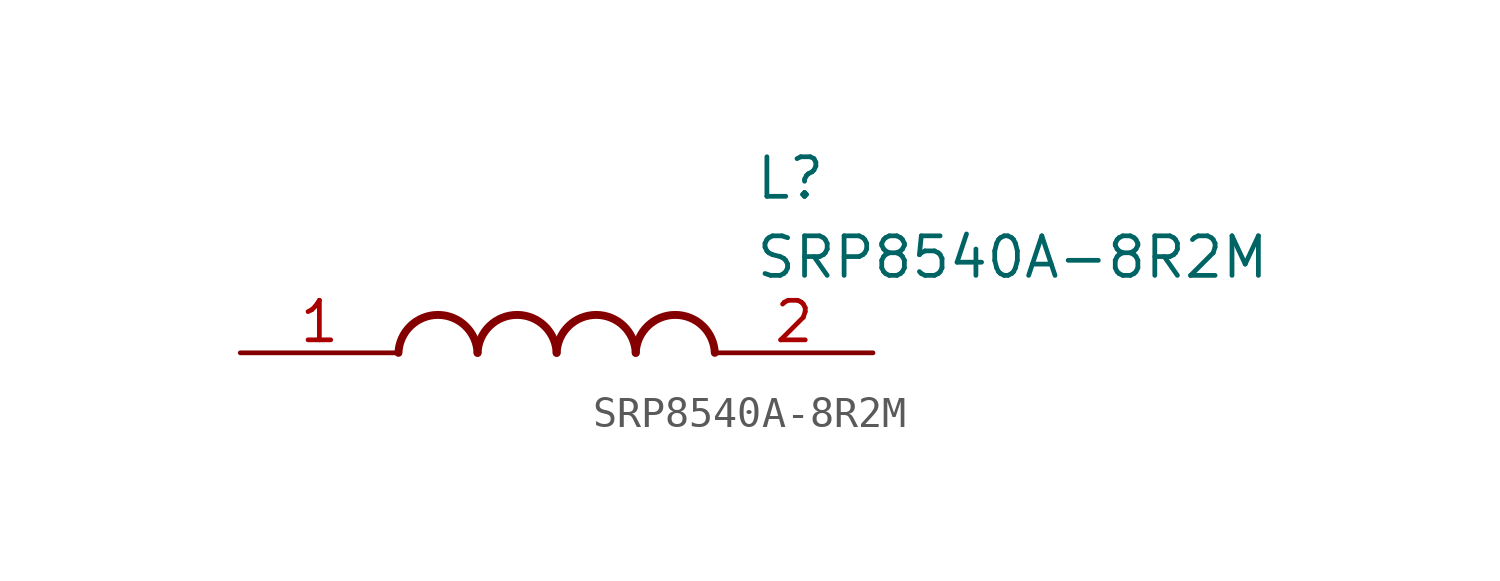
<source format=kicad_sym>
(kicad_symbol_lib
  (version 20211014)
  (generator SamacSys_ECAD_Model)
  (symbol "SRP8540A-8R2M"
    (pin_names hide)
    (property "Reference" "L"
      (at 16.51 6.35 0)
      (effects (font (size 1.27 1.27)) (justify left top)))
    (property "Value" "SRP8540A-8R2M"
      (at 16.51 3.81 0)
      (effects (font (size 1.27 1.27)) (justify left top)))
    (arc
      (start 7.62 0)
      (mid 6.35 1.219)
      (end 5.08 0)
      (stroke (width 0.254) (type default))
      (fill (type none)))
    (arc
      (start 10.16 0)
      (mid 8.89 1.219)
      (end 7.62 0)
      (stroke (width 0.254) (type default))
      (fill (type none)))
    (arc
      (start 12.7 0)
      (mid 11.43 1.219)
      (end 10.16 0)
      (stroke (width 0.254) (type default))
      (fill (type none)))
    (arc
      (start 15.24 0)
      (mid 13.97 1.219)
      (end 12.7 0)
      (stroke (width 0.254) (type default))
      (fill (type none)))
    (pin passive line
      (at 0 0 0)
      (length 5.08)
      (name "1" (effects (font (size 1.27 1.27))))
      (number "1" (effects (font (size 1.27 1.27)))))
    (pin passive line
      (at 20.32 0 180)
      (length 5.08)
      (name "2" (effects (font (size 1.27 1.27))))
      (number "2" (effects (font (size 1.27 1.27)))))))
</source>
